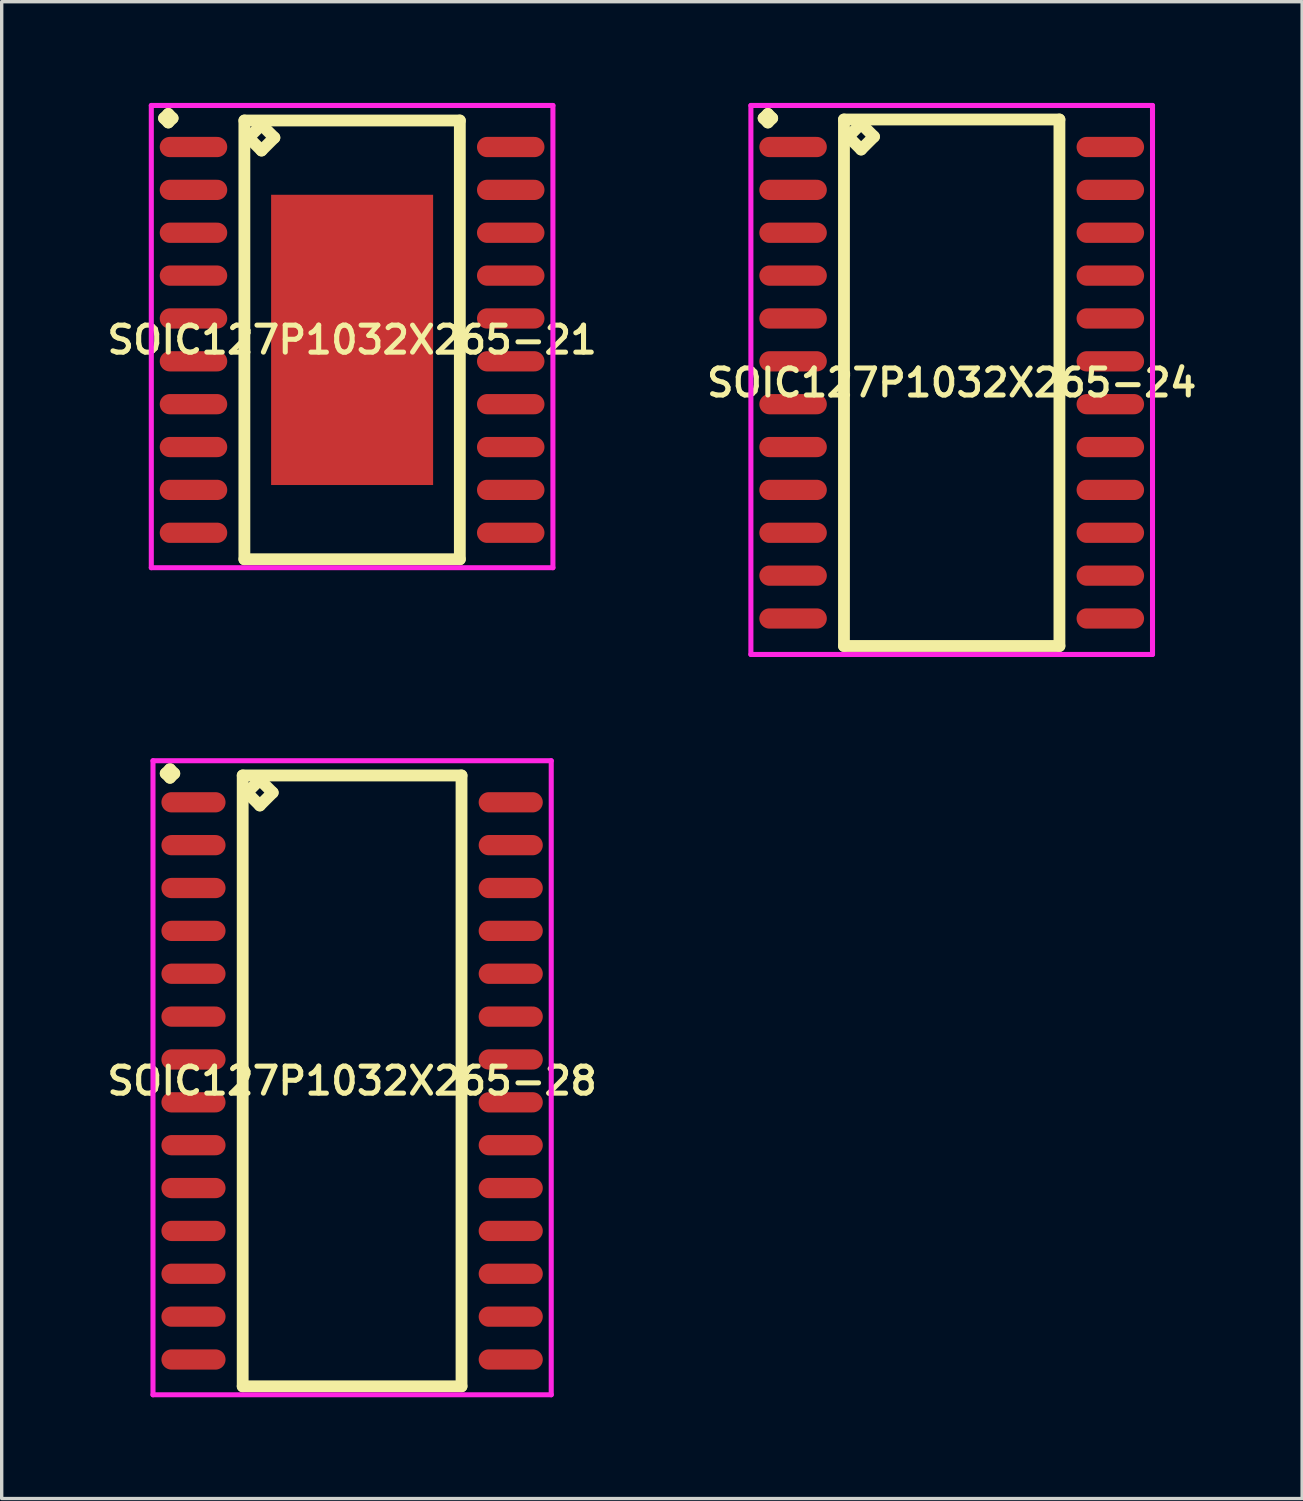
<source format=kicad_pcb>
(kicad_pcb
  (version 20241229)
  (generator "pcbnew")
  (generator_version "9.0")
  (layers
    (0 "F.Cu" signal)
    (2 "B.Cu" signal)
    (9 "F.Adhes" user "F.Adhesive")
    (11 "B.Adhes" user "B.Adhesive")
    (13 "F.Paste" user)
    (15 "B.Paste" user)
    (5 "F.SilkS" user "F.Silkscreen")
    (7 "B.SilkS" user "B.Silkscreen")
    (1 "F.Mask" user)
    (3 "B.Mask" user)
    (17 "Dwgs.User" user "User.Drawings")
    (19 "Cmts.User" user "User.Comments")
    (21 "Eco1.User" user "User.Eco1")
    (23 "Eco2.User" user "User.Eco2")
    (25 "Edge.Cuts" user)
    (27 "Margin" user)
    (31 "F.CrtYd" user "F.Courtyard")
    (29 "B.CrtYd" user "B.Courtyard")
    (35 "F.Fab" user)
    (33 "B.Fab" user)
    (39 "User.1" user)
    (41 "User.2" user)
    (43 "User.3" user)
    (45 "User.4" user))
  (footprint "SOIC127P1032X265-24"
    (layer "F.Cu")
    (at 25.149 8.291)
    (property "Reference" "SOIC127P1032X265-24" (at 0 0 0) (layer "F.SilkS") (effects (font (size 0.8 0.8) (thickness 0.15))))
    (attr smd)
    (fp_line (start -5.573 -7.839) (end -5.446 -7.966) (stroke (width 0.35) (type solid)) (layer "F.SilkS"))
    (fp_line (start -5.446 -7.966) (end -5.319 -7.839) (stroke (width 0.35) (type solid)) (layer "F.SilkS"))
    (fp_line (start -5.446 -7.712) (end -5.573 -7.839) (stroke (width 0.35) (type solid)) (layer "F.SilkS"))
    (fp_line (start -5.319 -7.839) (end -5.446 -7.712) (stroke (width 0.35) (type solid)) (layer "F.SilkS"))
    (fp_line (start -3.192 -7.8) (end -3.192 7.8) (stroke (width 0.35) (type solid)) (layer "F.SilkS"))
    (fp_line (start -3.192 7.8) (end 3.192 7.8) (stroke (width 0.35) (type solid)) (layer "F.SilkS"))
    (fp_line (start -3.065 -7.292) (end -2.684 -7.673) (stroke (width 0.35) (type solid)) (layer "F.SilkS"))
    (fp_line (start -2.684 -7.673) (end -2.303 -7.292) (stroke (width 0.35) (type solid)) (layer "F.SilkS"))
    (fp_line (start -2.684 -6.911) (end -3.065 -7.292) (stroke (width 0.35) (type solid)) (layer "F.SilkS"))
    (fp_line (start -2.303 -7.292) (end -2.684 -6.911) (stroke (width 0.35) (type solid)) (layer "F.SilkS"))
    (fp_line (start 3.192 -7.8) (end -3.192 -7.8) (stroke (width 0.35) (type solid)) (layer "F.SilkS"))
    (fp_line (start 3.192 7.8) (end 3.192 -7.8) (stroke (width 0.35) (type solid)) (layer "F.SilkS"))
    (fp_line (start -5.95 -8.216) (end 5.95 -8.216) (stroke (width 0.15) (type solid)) (layer "F.CrtYd"))
    (fp_line (start -5.95 8.05) (end -5.95 -8.216) (stroke (width 0.15) (type solid)) (layer "F.CrtYd"))
    (fp_line (start 5.95 -8.216) (end 5.95 8.05) (stroke (width 0.15) (type solid)) (layer "F.CrtYd"))
    (fp_line (start 5.95 8.05) (end -5.95 8.05) (stroke (width 0.15) (type solid)) (layer "F.CrtYd"))
    (pad "1" smd oval (at -4.7 -6.985) (size 2 0.6) (layers "F.Cu" "F.Mask" "F.Paste"))
    (pad "2" smd oval (at -4.7 -5.715) (size 2 0.6) (layers "F.Cu" "F.Mask" "F.Paste"))
    (pad "3" smd oval (at -4.7 -4.445) (size 2 0.6) (layers "F.Cu" "F.Mask" "F.Paste"))
    (pad "4" smd oval (at -4.7 -3.175) (size 2 0.6) (layers "F.Cu" "F.Mask" "F.Paste"))
    (pad "5" smd oval (at -4.7 -1.905) (size 2 0.6) (layers "F.Cu" "F.Mask" "F.Paste"))
    (pad "6" smd oval (at -4.7 -0.635) (size 2 0.6) (layers "F.Cu" "F.Mask" "F.Paste"))
    (pad "7" smd oval (at -4.7 0.635) (size 2 0.6) (layers "F.Cu" "F.Mask" "F.Paste"))
    (pad "8" smd oval (at -4.7 1.905) (size 2 0.6) (layers "F.Cu" "F.Mask" "F.Paste"))
    (pad "9" smd oval (at -4.7 3.175) (size 2 0.6) (layers "F.Cu" "F.Mask" "F.Paste"))
    (pad "10" smd oval (at -4.7 4.445) (size 2 0.6) (layers "F.Cu" "F.Mask" "F.Paste"))
    (pad "11" smd oval (at -4.7 5.715) (size 2 0.6) (layers "F.Cu" "F.Mask" "F.Paste"))
    (pad "12" smd oval (at -4.7 6.985) (size 2 0.6) (layers "F.Cu" "F.Mask" "F.Paste"))
    (pad "13" smd oval (at 4.7 6.985) (size 2 0.6) (layers "F.Cu" "F.Mask" "F.Paste"))
    (pad "14" smd oval (at 4.7 5.715) (size 2 0.6) (layers "F.Cu" "F.Mask" "F.Paste"))
    (pad "15" smd oval (at 4.7 4.445) (size 2 0.6) (layers "F.Cu" "F.Mask" "F.Paste"))
    (pad "16" smd oval (at 4.7 3.175) (size 2 0.6) (layers "F.Cu" "F.Mask" "F.Paste"))
    (pad "17" smd oval (at 4.7 1.905) (size 2 0.6) (layers "F.Cu" "F.Mask" "F.Paste"))
    (pad "18" smd oval (at 4.7 0.635) (size 2 0.6) (layers "F.Cu" "F.Mask" "F.Paste"))
    (pad "19" smd oval (at 4.7 -0.635) (size 2 0.6) (layers "F.Cu" "F.Mask" "F.Paste"))
    (pad "20" smd oval (at 4.7 -1.905) (size 2 0.6) (layers "F.Cu" "F.Mask" "F.Paste"))
    (pad "21" smd oval (at 4.7 -3.175) (size 2 0.6) (layers "F.Cu" "F.Mask" "F.Paste"))
    (pad "22" smd oval (at 4.7 -4.445) (size 2 0.6) (layers "F.Cu" "F.Mask" "F.Paste"))
    (pad "23" smd oval (at 4.7 -5.715) (size 2 0.6) (layers "F.Cu" "F.Mask" "F.Paste"))
    (pad "24" smd oval (at 4.7 -6.985) (size 2 0.6) (layers "F.Cu" "F.Mask" "F.Paste")))
  (footprint "SOIC127P1032X265-21"
    (layer "F.Cu")
    (at 7.383 7.021)
    (property "Reference" "SOIC127P1032X265-21" (at 0 0 0) (layer "F.SilkS") (effects (font (size 0.8 0.8) (thickness 0.15))))
    (attr smd)
    (fp_line (start -5.573 -6.569) (end -5.446 -6.696) (stroke (width 0.35) (type solid)) (layer "F.SilkS"))
    (fp_line (start -5.446 -6.696) (end -5.319 -6.569) (stroke (width 0.35) (type solid)) (layer "F.SilkS"))
    (fp_line (start -5.446 -6.442) (end -5.573 -6.569) (stroke (width 0.35) (type solid)) (layer "F.SilkS"))
    (fp_line (start -5.319 -6.569) (end -5.446 -6.442) (stroke (width 0.35) (type solid)) (layer "F.SilkS"))
    (fp_line (start -3.192 -6.5) (end -3.192 6.5) (stroke (width 0.35) (type solid)) (layer "F.SilkS"))
    (fp_line (start -3.192 6.5) (end 3.192 6.5) (stroke (width 0.35) (type solid)) (layer "F.SilkS"))
    (fp_line (start -3.065 -5.992) (end -2.684 -6.373) (stroke (width 0.35) (type solid)) (layer "F.SilkS"))
    (fp_line (start -2.684 -6.373) (end -2.303 -5.992) (stroke (width 0.35) (type solid)) (layer "F.SilkS"))
    (fp_line (start -2.684 -5.611) (end -3.065 -5.992) (stroke (width 0.35) (type solid)) (layer "F.SilkS"))
    (fp_line (start -2.303 -5.992) (end -2.684 -5.611) (stroke (width 0.35) (type solid)) (layer "F.SilkS"))
    (fp_line (start 3.192 -6.5) (end -3.192 -6.5) (stroke (width 0.35) (type solid)) (layer "F.SilkS"))
    (fp_line (start 3.192 6.5) (end 3.192 -6.5) (stroke (width 0.35) (type solid)) (layer "F.SilkS"))
    (fp_line (start -5.95 -6.946) (end 5.95 -6.946) (stroke (width 0.15) (type solid)) (layer "F.CrtYd"))
    (fp_line (start -5.95 6.75) (end -5.95 -6.946) (stroke (width 0.15) (type solid)) (layer "F.CrtYd"))
    (fp_line (start 5.95 -6.946) (end 5.95 6.75) (stroke (width 0.15) (type solid)) (layer "F.CrtYd"))
    (fp_line (start 5.95 6.75) (end -5.95 6.75) (stroke (width 0.15) (type solid)) (layer "F.CrtYd"))
    (pad "1" smd oval (at -4.7 -5.715) (size 2 0.6) (layers "F.Cu" "F.Mask" "F.Paste"))
    (pad "2" smd oval (at -4.7 -4.445) (size 2 0.6) (layers "F.Cu" "F.Mask" "F.Paste"))
    (pad "3" smd oval (at -4.7 -3.175) (size 2 0.6) (layers "F.Cu" "F.Mask" "F.Paste"))
    (pad "4" smd oval (at -4.7 -1.905) (size 2 0.6) (layers "F.Cu" "F.Mask" "F.Paste"))
    (pad "5" smd oval (at -4.7 -0.635) (size 2 0.6) (layers "F.Cu" "F.Mask" "F.Paste"))
    (pad "6" smd oval (at -4.7 0.635) (size 2 0.6) (layers "F.Cu" "F.Mask" "F.Paste"))
    (pad "7" smd oval (at -4.7 1.905) (size 2 0.6) (layers "F.Cu" "F.Mask" "F.Paste"))
    (pad "8" smd oval (at -4.7 3.175) (size 2 0.6) (layers "F.Cu" "F.Mask" "F.Paste"))
    (pad "9" smd oval (at -4.7 4.445) (size 2 0.6) (layers "F.Cu" "F.Mask" "F.Paste"))
    (pad "10" smd oval (at -4.7 5.715) (size 2 0.6) (layers "F.Cu" "F.Mask" "F.Paste"))
    (pad "11" smd oval (at 4.7 5.715) (size 2 0.6) (layers "F.Cu" "F.Mask" "F.Paste"))
    (pad "12" smd oval (at 4.7 4.445) (size 2 0.6) (layers "F.Cu" "F.Mask" "F.Paste"))
    (pad "13" smd oval (at 4.7 3.175) (size 2 0.6) (layers "F.Cu" "F.Mask" "F.Paste"))
    (pad "14" smd oval (at 4.7 1.905) (size 2 0.6) (layers "F.Cu" "F.Mask" "F.Paste"))
    (pad "15" smd oval (at 4.7 0.635) (size 2 0.6) (layers "F.Cu" "F.Mask" "F.Paste"))
    (pad "16" smd oval (at 4.7 -0.635) (size 2 0.6) (layers "F.Cu" "F.Mask" "F.Paste"))
    (pad "17" smd oval (at 4.7 -1.905) (size 2 0.6) (layers "F.Cu" "F.Mask" "F.Paste"))
    (pad "18" smd oval (at 4.7 -3.175) (size 2 0.6) (layers "F.Cu" "F.Mask" "F.Paste"))
    (pad "19" smd oval (at 4.7 -4.445) (size 2 0.6) (layers "F.Cu" "F.Mask" "F.Paste"))
    (pad "20" smd oval (at 4.7 -5.715) (size 2 0.6) (layers "F.Cu" "F.Mask" "F.Paste"))
    (pad "21" smd rect (at 0 0) (size 4.8 8.6) (layers "F.Cu" "F.Mask" "F.Paste")))
  (footprint "SOIC127P1032X265-28"
    (layer "F.Cu")
    (at 7.383 28.977)
    (property "Reference" "SOIC127P1032X265-28" (at 0 0 0) (layer "F.SilkS") (effects (font (size 0.8 0.8) (thickness 0.15))))
    (attr smd)
    (fp_line (start -5.523 -9.109) (end -5.396 -9.236) (stroke (width 0.35) (type solid)) (layer "F.SilkS"))
    (fp_line (start -5.396 -9.236) (end -5.269 -9.109) (stroke (width 0.35) (type solid)) (layer "F.SilkS"))
    (fp_line (start -5.396 -8.982) (end -5.523 -9.109) (stroke (width 0.35) (type solid)) (layer "F.SilkS"))
    (fp_line (start -5.269 -9.109) (end -5.396 -8.982) (stroke (width 0.35) (type solid)) (layer "F.SilkS"))
    (fp_line (start -3.242 -9.05) (end -3.242 9.05) (stroke (width 0.35) (type solid)) (layer "F.SilkS"))
    (fp_line (start -3.242 9.05) (end 3.242 9.05) (stroke (width 0.35) (type solid)) (layer "F.SilkS"))
    (fp_line (start -3.115 -8.542) (end -2.734 -8.923) (stroke (width 0.35) (type solid)) (layer "F.SilkS"))
    (fp_line (start -2.734 -8.923) (end -2.353 -8.542) (stroke (width 0.35) (type solid)) (layer "F.SilkS"))
    (fp_line (start -2.734 -8.161) (end -3.115 -8.542) (stroke (width 0.35) (type solid)) (layer "F.SilkS"))
    (fp_line (start -2.353 -8.542) (end -2.734 -8.161) (stroke (width 0.35) (type solid)) (layer "F.SilkS"))
    (fp_line (start 3.242 -9.05) (end -3.242 -9.05) (stroke (width 0.35) (type solid)) (layer "F.SilkS"))
    (fp_line (start 3.242 9.05) (end 3.242 -9.05) (stroke (width 0.35) (type solid)) (layer "F.SilkS"))
    (fp_line (start -5.9 -9.486) (end 5.9 -9.486) (stroke (width 0.15) (type solid)) (layer "F.CrtYd"))
    (fp_line (start -5.9 9.3) (end -5.9 -9.486) (stroke (width 0.15) (type solid)) (layer "F.CrtYd"))
    (fp_line (start 5.9 -9.486) (end 5.9 9.3) (stroke (width 0.15) (type solid)) (layer "F.CrtYd"))
    (fp_line (start 5.9 9.3) (end -5.9 9.3) (stroke (width 0.15) (type solid)) (layer "F.CrtYd"))
    (pad "1" smd oval (at -4.7 -8.255) (size 1.9 0.6) (layers "F.Cu" "F.Mask" "F.Paste"))
    (pad "2" smd oval (at -4.7 -6.985) (size 1.9 0.6) (layers "F.Cu" "F.Mask" "F.Paste"))
    (pad "3" smd oval (at -4.7 -5.715) (size 1.9 0.6) (layers "F.Cu" "F.Mask" "F.Paste"))
    (pad "4" smd oval (at -4.7 -4.445) (size 1.9 0.6) (layers "F.Cu" "F.Mask" "F.Paste"))
    (pad "5" smd oval (at -4.7 -3.175) (size 1.9 0.6) (layers "F.Cu" "F.Mask" "F.Paste"))
    (pad "6" smd oval (at -4.7 -1.905) (size 1.9 0.6) (layers "F.Cu" "F.Mask" "F.Paste"))
    (pad "7" smd oval (at -4.7 -0.635) (size 1.9 0.6) (layers "F.Cu" "F.Mask" "F.Paste"))
    (pad "8" smd oval (at -4.7 0.635) (size 1.9 0.6) (layers "F.Cu" "F.Mask" "F.Paste"))
    (pad "9" smd oval (at -4.7 1.905) (size 1.9 0.6) (layers "F.Cu" "F.Mask" "F.Paste"))
    (pad "10" smd oval (at -4.7 3.175) (size 1.9 0.6) (layers "F.Cu" "F.Mask" "F.Paste"))
    (pad "11" smd oval (at -4.7 4.445) (size 1.9 0.6) (layers "F.Cu" "F.Mask" "F.Paste"))
    (pad "12" smd oval (at -4.7 5.715) (size 1.9 0.6) (layers "F.Cu" "F.Mask" "F.Paste"))
    (pad "13" smd oval (at -4.7 6.985) (size 1.9 0.6) (layers "F.Cu" "F.Mask" "F.Paste"))
    (pad "14" smd oval (at -4.7 8.255) (size 1.9 0.6) (layers "F.Cu" "F.Mask" "F.Paste"))
    (pad "15" smd oval (at 4.7 8.255) (size 1.9 0.6) (layers "F.Cu" "F.Mask" "F.Paste"))
    (pad "16" smd oval (at 4.7 6.985) (size 1.9 0.6) (layers "F.Cu" "F.Mask" "F.Paste"))
    (pad "17" smd oval (at 4.7 5.715) (size 1.9 0.6) (layers "F.Cu" "F.Mask" "F.Paste"))
    (pad "18" smd oval (at 4.7 4.445) (size 1.9 0.6) (layers "F.Cu" "F.Mask" "F.Paste"))
    (pad "19" smd oval (at 4.7 3.175) (size 1.9 0.6) (layers "F.Cu" "F.Mask" "F.Paste"))
    (pad "20" smd oval (at 4.7 1.905) (size 1.9 0.6) (layers "F.Cu" "F.Mask" "F.Paste"))
    (pad "21" smd oval (at 4.7 0.635) (size 1.9 0.6) (layers "F.Cu" "F.Mask" "F.Paste"))
    (pad "22" smd oval (at 4.7 -0.635) (size 1.9 0.6) (layers "F.Cu" "F.Mask" "F.Paste"))
    (pad "23" smd oval (at 4.7 -1.905) (size 1.9 0.6) (layers "F.Cu" "F.Mask" "F.Paste"))
    (pad "24" smd oval (at 4.7 -3.175) (size 1.9 0.6) (layers "F.Cu" "F.Mask" "F.Paste"))
    (pad "25" smd oval (at 4.7 -4.445) (size 1.9 0.6) (layers "F.Cu" "F.Mask" "F.Paste"))
    (pad "26" smd oval (at 4.7 -5.715) (size 1.9 0.6) (layers "F.Cu" "F.Mask" "F.Paste"))
    (pad "27" smd oval (at 4.7 -6.985) (size 1.9 0.6) (layers "F.Cu" "F.Mask" "F.Paste"))
    (pad "28" smd oval (at 4.7 -8.255) (size 1.9 0.6) (layers "F.Cu" "F.Mask" "F.Paste")))
  (gr_rect
    (start -3 -3)
    (end 35.532 41.352)
    (stroke (width 0.1) (type default))
    (fill no)
    (layer "Edge.Cuts")))
</source>
